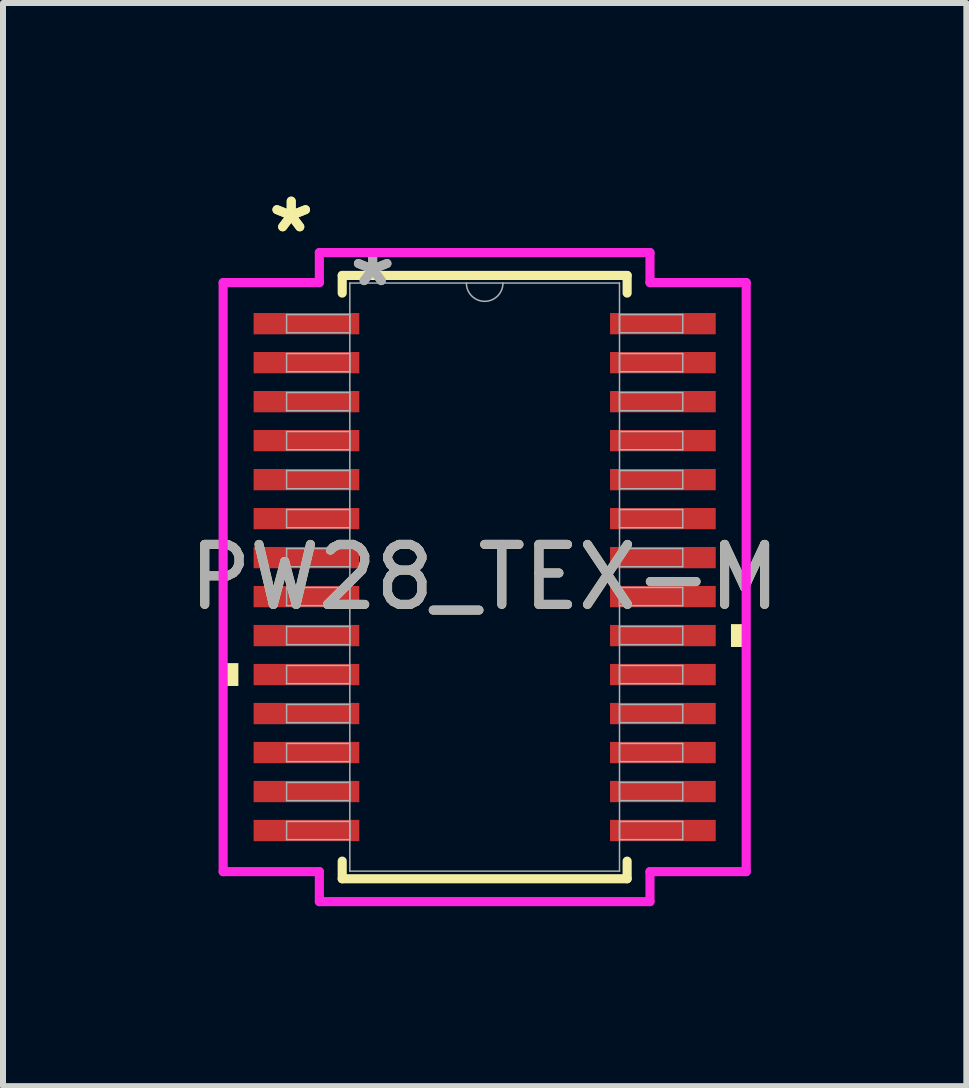
<source format=kicad_pcb>
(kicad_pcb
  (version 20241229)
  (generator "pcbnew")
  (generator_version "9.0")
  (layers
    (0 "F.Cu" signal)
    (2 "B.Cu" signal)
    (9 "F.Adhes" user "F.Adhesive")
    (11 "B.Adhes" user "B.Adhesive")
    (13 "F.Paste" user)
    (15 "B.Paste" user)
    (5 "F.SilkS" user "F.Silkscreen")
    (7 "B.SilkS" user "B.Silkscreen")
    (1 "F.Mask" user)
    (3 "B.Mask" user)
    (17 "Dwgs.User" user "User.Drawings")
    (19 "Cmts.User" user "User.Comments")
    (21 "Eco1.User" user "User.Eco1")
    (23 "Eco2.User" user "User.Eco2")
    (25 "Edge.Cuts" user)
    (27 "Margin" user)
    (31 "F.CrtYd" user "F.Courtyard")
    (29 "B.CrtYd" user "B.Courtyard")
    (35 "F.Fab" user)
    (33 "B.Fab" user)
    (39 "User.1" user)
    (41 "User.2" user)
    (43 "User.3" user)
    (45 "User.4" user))
  (footprint "PW28_TEX-M"
    (layer "F.Cu")
    (at 5.03 6.571)
    (property "Reference" "PW28_TEX-M" (at 0 0 0) (unlocked yes) (layer "F.SilkS") (effects (font (size 1 1) (thickness 0.15))))
    (attr smd)
    (fp_line (start -2.375 -5.029) (end -2.375 -4.735) (stroke (width 0.152) (type solid)) (layer "F.SilkS"))
    (fp_line (start -2.375 4.735) (end -2.375 5.029) (stroke (width 0.152) (type solid)) (layer "F.SilkS"))
    (fp_line (start -2.375 5.029) (end 2.375 5.029) (stroke (width 0.152) (type solid)) (layer "F.SilkS"))
    (fp_line (start 2.375 -5.029) (end -2.375 -5.029) (stroke (width 0.152) (type solid)) (layer "F.SilkS"))
    (fp_line (start 2.375 -4.735) (end 2.375 -5.029) (stroke (width 0.152) (type solid)) (layer "F.SilkS"))
    (fp_line (start 2.375 5.029) (end 2.375 4.735) (stroke (width 0.152) (type solid)) (layer "F.SilkS"))
    (fp_poly (pts (xy -4.36 1.434) (xy -4.36 1.815) (xy -4.106 1.815) (xy -4.106 1.434)) (stroke (width 0) (type solid)) (fill yes) (layer "F.SilkS"))
    (fp_poly (pts (xy 4.36 0.784) (xy 4.36 1.165) (xy 4.106 1.165) (xy 4.106 0.784)) (stroke (width 0) (type solid)) (fill yes) (layer "F.SilkS"))
    (fp_line (start -4.36 -4.91) (end -2.756 -4.91) (stroke (width 0.152) (type solid)) (layer "F.CrtYd"))
    (fp_line (start -4.36 4.91) (end -4.36 -4.91) (stroke (width 0.152) (type solid)) (layer "F.CrtYd"))
    (fp_line (start -4.36 4.91) (end -2.756 4.91) (stroke (width 0.152) (type solid)) (layer "F.CrtYd"))
    (fp_line (start -2.756 -5.41) (end 2.756 -5.41) (stroke (width 0.152) (type solid)) (layer "F.CrtYd"))
    (fp_line (start -2.756 -4.91) (end -2.756 -5.41) (stroke (width 0.152) (type solid)) (layer "F.CrtYd"))
    (fp_line (start -2.756 5.41) (end -2.756 4.91) (stroke (width 0.152) (type solid)) (layer "F.CrtYd"))
    (fp_line (start 2.756 -5.41) (end 2.756 -4.91) (stroke (width 0.152) (type solid)) (layer "F.CrtYd"))
    (fp_line (start 2.756 4.91) (end 2.756 5.41) (stroke (width 0.152) (type solid)) (layer "F.CrtYd"))
    (fp_line (start 2.756 5.41) (end -2.756 5.41) (stroke (width 0.152) (type solid)) (layer "F.CrtYd"))
    (fp_line (start 4.36 -4.91) (end 2.756 -4.91) (stroke (width 0.152) (type solid)) (layer "F.CrtYd"))
    (fp_line (start 4.36 -4.91) (end 4.36 4.91) (stroke (width 0.152) (type solid)) (layer "F.CrtYd"))
    (fp_line (start 4.36 4.91) (end 2.756 4.91) (stroke (width 0.152) (type solid)) (layer "F.CrtYd"))
    (fp_line (start -3.302 -4.377) (end -3.302 -4.073) (stroke (width 0.025) (type solid)) (layer "F.Fab"))
    (fp_line (start -3.302 -4.073) (end -2.248 -4.073) (stroke (width 0.025) (type solid)) (layer "F.Fab"))
    (fp_line (start -3.302 -3.727) (end -3.302 -3.423) (stroke (width 0.025) (type solid)) (layer "F.Fab"))
    (fp_line (start -3.302 -3.423) (end -2.248 -3.423) (stroke (width 0.025) (type solid)) (layer "F.Fab"))
    (fp_line (start -3.302 -3.077) (end -3.302 -2.773) (stroke (width 0.025) (type solid)) (layer "F.Fab"))
    (fp_line (start -3.302 -2.773) (end -2.248 -2.773) (stroke (width 0.025) (type solid)) (layer "F.Fab"))
    (fp_line (start -3.302 -2.427) (end -3.302 -2.123) (stroke (width 0.025) (type solid)) (layer "F.Fab"))
    (fp_line (start -3.302 -2.123) (end -2.248 -2.123) (stroke (width 0.025) (type solid)) (layer "F.Fab"))
    (fp_line (start -3.302 -1.777) (end -3.302 -1.473) (stroke (width 0.025) (type solid)) (layer "F.Fab"))
    (fp_line (start -3.302 -1.473) (end -2.248 -1.473) (stroke (width 0.025) (type solid)) (layer "F.Fab"))
    (fp_line (start -3.302 -1.127) (end -3.302 -0.823) (stroke (width 0.025) (type solid)) (layer "F.Fab"))
    (fp_line (start -3.302 -0.823) (end -2.248 -0.823) (stroke (width 0.025) (type solid)) (layer "F.Fab"))
    (fp_line (start -3.302 -0.477) (end -3.302 -0.173) (stroke (width 0.025) (type solid)) (layer "F.Fab"))
    (fp_line (start -3.302 -0.173) (end -2.248 -0.173) (stroke (width 0.025) (type solid)) (layer "F.Fab"))
    (fp_line (start -3.302 0.173) (end -3.302 0.477) (stroke (width 0.025) (type solid)) (layer "F.Fab"))
    (fp_line (start -3.302 0.477) (end -2.248 0.477) (stroke (width 0.025) (type solid)) (layer "F.Fab"))
    (fp_line (start -3.302 0.823) (end -3.302 1.127) (stroke (width 0.025) (type solid)) (layer "F.Fab"))
    (fp_line (start -3.302 1.127) (end -2.248 1.127) (stroke (width 0.025) (type solid)) (layer "F.Fab"))
    (fp_line (start -3.302 1.473) (end -3.302 1.777) (stroke (width 0.025) (type solid)) (layer "F.Fab"))
    (fp_line (start -3.302 1.777) (end -2.248 1.777) (stroke (width 0.025) (type solid)) (layer "F.Fab"))
    (fp_line (start -3.302 2.123) (end -3.302 2.427) (stroke (width 0.025) (type solid)) (layer "F.Fab"))
    (fp_line (start -3.302 2.427) (end -2.248 2.427) (stroke (width 0.025) (type solid)) (layer "F.Fab"))
    (fp_line (start -3.302 2.773) (end -3.302 3.077) (stroke (width 0.025) (type solid)) (layer "F.Fab"))
    (fp_line (start -3.302 3.077) (end -2.248 3.077) (stroke (width 0.025) (type solid)) (layer "F.Fab"))
    (fp_line (start -3.302 3.423) (end -3.302 3.727) (stroke (width 0.025) (type solid)) (layer "F.Fab"))
    (fp_line (start -3.302 3.727) (end -2.248 3.727) (stroke (width 0.025) (type solid)) (layer "F.Fab"))
    (fp_line (start -3.302 4.073) (end -3.302 4.377) (stroke (width 0.025) (type solid)) (layer "F.Fab"))
    (fp_line (start -3.302 4.377) (end -2.248 4.377) (stroke (width 0.025) (type solid)) (layer "F.Fab"))
    (fp_line (start -2.248 -4.902) (end -2.248 4.902) (stroke (width 0.025) (type solid)) (layer "F.Fab"))
    (fp_line (start -2.248 -4.377) (end -3.302 -4.377) (stroke (width 0.025) (type solid)) (layer "F.Fab"))
    (fp_line (start -2.248 -4.073) (end -2.248 -4.377) (stroke (width 0.025) (type solid)) (layer "F.Fab"))
    (fp_line (start -2.248 -3.727) (end -3.302 -3.727) (stroke (width 0.025) (type solid)) (layer "F.Fab"))
    (fp_line (start -2.248 -3.423) (end -2.248 -3.727) (stroke (width 0.025) (type solid)) (layer "F.Fab"))
    (fp_line (start -2.248 -3.077) (end -3.302 -3.077) (stroke (width 0.025) (type solid)) (layer "F.Fab"))
    (fp_line (start -2.248 -2.773) (end -2.248 -3.077) (stroke (width 0.025) (type solid)) (layer "F.Fab"))
    (fp_line (start -2.248 -2.427) (end -3.302 -2.427) (stroke (width 0.025) (type solid)) (layer "F.Fab"))
    (fp_line (start -2.248 -2.123) (end -2.248 -2.427) (stroke (width 0.025) (type solid)) (layer "F.Fab"))
    (fp_line (start -2.248 -1.777) (end -3.302 -1.777) (stroke (width 0.025) (type solid)) (layer "F.Fab"))
    (fp_line (start -2.248 -1.473) (end -2.248 -1.777) (stroke (width 0.025) (type solid)) (layer "F.Fab"))
    (fp_line (start -2.248 -1.127) (end -3.302 -1.127) (stroke (width 0.025) (type solid)) (layer "F.Fab"))
    (fp_line (start -2.248 -0.823) (end -2.248 -1.127) (stroke (width 0.025) (type solid)) (layer "F.Fab"))
    (fp_line (start -2.248 -0.477) (end -3.302 -0.477) (stroke (width 0.025) (type solid)) (layer "F.Fab"))
    (fp_line (start -2.248 -0.173) (end -2.248 -0.477) (stroke (width 0.025) (type solid)) (layer "F.Fab"))
    (fp_line (start -2.248 0.173) (end -3.302 0.173) (stroke (width 0.025) (type solid)) (layer "F.Fab"))
    (fp_line (start -2.248 0.477) (end -2.248 0.173) (stroke (width 0.025) (type solid)) (layer "F.Fab"))
    (fp_line (start -2.248 0.823) (end -3.302 0.823) (stroke (width 0.025) (type solid)) (layer "F.Fab"))
    (fp_line (start -2.248 1.127) (end -2.248 0.823) (stroke (width 0.025) (type solid)) (layer "F.Fab"))
    (fp_line (start -2.248 1.473) (end -3.302 1.473) (stroke (width 0.025) (type solid)) (layer "F.Fab"))
    (fp_line (start -2.248 1.777) (end -2.248 1.473) (stroke (width 0.025) (type solid)) (layer "F.Fab"))
    (fp_line (start -2.248 2.123) (end -3.302 2.123) (stroke (width 0.025) (type solid)) (layer "F.Fab"))
    (fp_line (start -2.248 2.427) (end -2.248 2.123) (stroke (width 0.025) (type solid)) (layer "F.Fab"))
    (fp_line (start -2.248 2.773) (end -3.302 2.773) (stroke (width 0.025) (type solid)) (layer "F.Fab"))
    (fp_line (start -2.248 3.077) (end -2.248 2.773) (stroke (width 0.025) (type solid)) (layer "F.Fab"))
    (fp_line (start -2.248 3.423) (end -3.302 3.423) (stroke (width 0.025) (type solid)) (layer "F.Fab"))
    (fp_line (start -2.248 3.727) (end -2.248 3.423) (stroke (width 0.025) (type solid)) (layer "F.Fab"))
    (fp_line (start -2.248 4.073) (end -3.302 4.073) (stroke (width 0.025) (type solid)) (layer "F.Fab"))
    (fp_line (start -2.248 4.377) (end -2.248 4.073) (stroke (width 0.025) (type solid)) (layer "F.Fab"))
    (fp_line (start -2.248 4.902) (end 2.248 4.902) (stroke (width 0.025) (type solid)) (layer "F.Fab"))
    (fp_line (start 2.248 -4.902) (end -2.248 -4.902) (stroke (width 0.025) (type solid)) (layer "F.Fab"))
    (fp_line (start 2.248 -4.377) (end 2.248 -4.073) (stroke (width 0.025) (type solid)) (layer "F.Fab"))
    (fp_line (start 2.248 -4.073) (end 3.302 -4.073) (stroke (width 0.025) (type solid)) (layer "F.Fab"))
    (fp_line (start 2.248 -3.727) (end 2.248 -3.423) (stroke (width 0.025) (type solid)) (layer "F.Fab"))
    (fp_line (start 2.248 -3.423) (end 3.302 -3.423) (stroke (width 0.025) (type solid)) (layer "F.Fab"))
    (fp_line (start 2.248 -3.077) (end 2.248 -2.773) (stroke (width 0.025) (type solid)) (layer "F.Fab"))
    (fp_line (start 2.248 -2.773) (end 3.302 -2.773) (stroke (width 0.025) (type solid)) (layer "F.Fab"))
    (fp_line (start 2.248 -2.427) (end 2.248 -2.123) (stroke (width 0.025) (type solid)) (layer "F.Fab"))
    (fp_line (start 2.248 -2.123) (end 3.302 -2.123) (stroke (width 0.025) (type solid)) (layer "F.Fab"))
    (fp_line (start 2.248 -1.777) (end 2.248 -1.473) (stroke (width 0.025) (type solid)) (layer "F.Fab"))
    (fp_line (start 2.248 -1.473) (end 3.302 -1.473) (stroke (width 0.025) (type solid)) (layer "F.Fab"))
    (fp_line (start 2.248 -1.127) (end 2.248 -0.823) (stroke (width 0.025) (type solid)) (layer "F.Fab"))
    (fp_line (start 2.248 -0.823) (end 3.302 -0.823) (stroke (width 0.025) (type solid)) (layer "F.Fab"))
    (fp_line (start 2.248 -0.477) (end 2.248 -0.173) (stroke (width 0.025) (type solid)) (layer "F.Fab"))
    (fp_line (start 2.248 -0.173) (end 3.302 -0.173) (stroke (width 0.025) (type solid)) (layer "F.Fab"))
    (fp_line (start 2.248 0.173) (end 2.248 0.477) (stroke (width 0.025) (type solid)) (layer "F.Fab"))
    (fp_line (start 2.248 0.477) (end 3.302 0.477) (stroke (width 0.025) (type solid)) (layer "F.Fab"))
    (fp_line (start 2.248 0.823) (end 2.248 1.127) (stroke (width 0.025) (type solid)) (layer "F.Fab"))
    (fp_line (start 2.248 1.127) (end 3.302 1.127) (stroke (width 0.025) (type solid)) (layer "F.Fab"))
    (fp_line (start 2.248 1.473) (end 2.248 1.777) (stroke (width 0.025) (type solid)) (layer "F.Fab"))
    (fp_line (start 2.248 1.777) (end 3.302 1.777) (stroke (width 0.025) (type solid)) (layer "F.Fab"))
    (fp_line (start 2.248 2.123) (end 2.248 2.427) (stroke (width 0.025) (type solid)) (layer "F.Fab"))
    (fp_line (start 2.248 2.427) (end 3.302 2.427) (stroke (width 0.025) (type solid)) (layer "F.Fab"))
    (fp_line (start 2.248 2.773) (end 2.248 3.077) (stroke (width 0.025) (type solid)) (layer "F.Fab"))
    (fp_line (start 2.248 3.077) (end 3.302 3.077) (stroke (width 0.025) (type solid)) (layer "F.Fab"))
    (fp_line (start 2.248 3.423) (end 2.248 3.727) (stroke (width 0.025) (type solid)) (layer "F.Fab"))
    (fp_line (start 2.248 3.727) (end 3.302 3.727) (stroke (width 0.025) (type solid)) (layer "F.Fab"))
    (fp_line (start 2.248 4.073) (end 2.248 4.377) (stroke (width 0.025) (type solid)) (layer "F.Fab"))
    (fp_line (start 2.248 4.377) (end 3.302 4.377) (stroke (width 0.025) (type solid)) (layer "F.Fab"))
    (fp_line (start 2.248 4.902) (end 2.248 -4.902) (stroke (width 0.025) (type solid)) (layer "F.Fab"))
    (fp_line (start 3.302 -4.377) (end 2.248 -4.377) (stroke (width 0.025) (type solid)) (layer "F.Fab"))
    (fp_line (start 3.302 -4.073) (end 3.302 -4.377) (stroke (width 0.025) (type solid)) (layer "F.Fab"))
    (fp_line (start 3.302 -3.727) (end 2.248 -3.727) (stroke (width 0.025) (type solid)) (layer "F.Fab"))
    (fp_line (start 3.302 -3.423) (end 3.302 -3.727) (stroke (width 0.025) (type solid)) (layer "F.Fab"))
    (fp_line (start 3.302 -3.077) (end 2.248 -3.077) (stroke (width 0.025) (type solid)) (layer "F.Fab"))
    (fp_line (start 3.302 -2.773) (end 3.302 -3.077) (stroke (width 0.025) (type solid)) (layer "F.Fab"))
    (fp_line (start 3.302 -2.427) (end 2.248 -2.427) (stroke (width 0.025) (type solid)) (layer "F.Fab"))
    (fp_line (start 3.302 -2.123) (end 3.302 -2.427) (stroke (width 0.025) (type solid)) (layer "F.Fab"))
    (fp_line (start 3.302 -1.777) (end 2.248 -1.777) (stroke (width 0.025) (type solid)) (layer "F.Fab"))
    (fp_line (start 3.302 -1.473) (end 3.302 -1.777) (stroke (width 0.025) (type solid)) (layer "F.Fab"))
    (fp_line (start 3.302 -1.127) (end 2.248 -1.127) (stroke (width 0.025) (type solid)) (layer "F.Fab"))
    (fp_line (start 3.302 -0.823) (end 3.302 -1.127) (stroke (width 0.025) (type solid)) (layer "F.Fab"))
    (fp_line (start 3.302 -0.477) (end 2.248 -0.477) (stroke (width 0.025) (type solid)) (layer "F.Fab"))
    (fp_line (start 3.302 -0.173) (end 3.302 -0.477) (stroke (width 0.025) (type solid)) (layer "F.Fab"))
    (fp_line (start 3.302 0.173) (end 2.248 0.173) (stroke (width 0.025) (type solid)) (layer "F.Fab"))
    (fp_line (start 3.302 0.477) (end 3.302 0.173) (stroke (width 0.025) (type solid)) (layer "F.Fab"))
    (fp_line (start 3.302 0.823) (end 2.248 0.823) (stroke (width 0.025) (type solid)) (layer "F.Fab"))
    (fp_line (start 3.302 1.127) (end 3.302 0.823) (stroke (width 0.025) (type solid)) (layer "F.Fab"))
    (fp_line (start 3.302 1.473) (end 2.248 1.473) (stroke (width 0.025) (type solid)) (layer "F.Fab"))
    (fp_line (start 3.302 1.777) (end 3.302 1.473) (stroke (width 0.025) (type solid)) (layer "F.Fab"))
    (fp_line (start 3.302 2.123) (end 2.248 2.123) (stroke (width 0.025) (type solid)) (layer "F.Fab"))
    (fp_line (start 3.302 2.427) (end 3.302 2.123) (stroke (width 0.025) (type solid)) (layer "F.Fab"))
    (fp_line (start 3.302 2.773) (end 2.248 2.773) (stroke (width 0.025) (type solid)) (layer "F.Fab"))
    (fp_line (start 3.302 3.077) (end 3.302 2.773) (stroke (width 0.025) (type solid)) (layer "F.Fab"))
    (fp_line (start 3.302 3.423) (end 2.248 3.423) (stroke (width 0.025) (type solid)) (layer "F.Fab"))
    (fp_line (start 3.302 3.727) (end 3.302 3.423) (stroke (width 0.025) (type solid)) (layer "F.Fab"))
    (fp_line (start 3.302 4.073) (end 2.248 4.073) (stroke (width 0.025) (type solid)) (layer "F.Fab"))
    (fp_line (start 3.302 4.377) (end 3.302 4.073) (stroke (width 0.025) (type solid)) (layer "F.Fab"))
    (fp_arc (start 0.3048 -4.9022) (mid 0 -4.5974) (end -0.3048 -4.9022) (stroke (width 0.0254) (type solid)) (layer "F.Fab"))
    (fp_text user "*" (at -3.225 -5.723 0) (layer "F.SilkS") (effects (font (size 1 1) (thickness 0.15))))
    (fp_text user "*" (at -3.225 -5.723 0) (unlocked yes) (layer "F.SilkS") (effects (font (size 1 1) (thickness 0.15))))
    (fp_text user "*" (at -1.867 -4.826 0) (layer "F.Fab") (effects (font (size 1 1) (thickness 0.15))))
    (fp_text user "*" (at -1.867 -4.826 0) (unlocked yes) (layer "F.Fab") (effects (font (size 1 1) (thickness 0.15))))
    (fp_text user "${REFERENCE}" (at 0 0 0) (unlocked yes) (layer "F.Fab") (effects (font (size 1 1) (thickness 0.15))))
    (pad "1" smd rect (at -2.971 -4.225) (size 1.762 0.355) (layers "F.Cu" "F.Mask" "F.Paste"))
    (pad "2" smd rect (at -2.971 -3.575) (size 1.762 0.355) (layers "F.Cu" "F.Mask" "F.Paste"))
    (pad "3" smd rect (at -2.971 -2.925) (size 1.762 0.355) (layers "F.Cu" "F.Mask" "F.Paste"))
    (pad "4" smd rect (at -2.971 -2.275) (size 1.762 0.355) (layers "F.Cu" "F.Mask" "F.Paste"))
    (pad "5" smd rect (at -2.971 -1.625) (size 1.762 0.355) (layers "F.Cu" "F.Mask" "F.Paste"))
    (pad "6" smd rect (at -2.971 -0.975) (size 1.762 0.355) (layers "F.Cu" "F.Mask" "F.Paste"))
    (pad "7" smd rect (at -2.971 -0.325) (size 1.762 0.355) (layers "F.Cu" "F.Mask" "F.Paste"))
    (pad "8" smd rect (at -2.971 0.325) (size 1.762 0.355) (layers "F.Cu" "F.Mask" "F.Paste"))
    (pad "9" smd rect (at -2.971 0.975) (size 1.762 0.355) (layers "F.Cu" "F.Mask" "F.Paste"))
    (pad "10" smd rect (at -2.971 1.625) (size 1.762 0.355) (layers "F.Cu" "F.Mask" "F.Paste"))
    (pad "11" smd rect (at -2.971 2.275) (size 1.762 0.355) (layers "F.Cu" "F.Mask" "F.Paste"))
    (pad "12" smd rect (at -2.971 2.925) (size 1.762 0.355) (layers "F.Cu" "F.Mask" "F.Paste"))
    (pad "13" smd rect (at -2.971 3.575) (size 1.762 0.355) (layers "F.Cu" "F.Mask" "F.Paste"))
    (pad "14" smd rect (at -2.971 4.225) (size 1.762 0.355) (layers "F.Cu" "F.Mask" "F.Paste"))
    (pad "15" smd rect (at 2.971 4.225) (size 1.762 0.355) (layers "F.Cu" "F.Mask" "F.Paste"))
    (pad "16" smd rect (at 2.971 3.575) (size 1.762 0.355) (layers "F.Cu" "F.Mask" "F.Paste"))
    (pad "17" smd rect (at 2.971 2.925) (size 1.762 0.355) (layers "F.Cu" "F.Mask" "F.Paste"))
    (pad "18" smd rect (at 2.971 2.275) (size 1.762 0.355) (layers "F.Cu" "F.Mask" "F.Paste"))
    (pad "19" smd rect (at 2.971 1.625) (size 1.762 0.355) (layers "F.Cu" "F.Mask" "F.Paste"))
    (pad "20" smd rect (at 2.971 0.975) (size 1.762 0.355) (layers "F.Cu" "F.Mask" "F.Paste"))
    (pad "21" smd rect (at 2.971 0.325) (size 1.762 0.355) (layers "F.Cu" "F.Mask" "F.Paste"))
    (pad "22" smd rect (at 2.971 -0.325) (size 1.762 0.355) (layers "F.Cu" "F.Mask" "F.Paste"))
    (pad "23" smd rect (at 2.971 -0.975) (size 1.762 0.355) (layers "F.Cu" "F.Mask" "F.Paste"))
    (pad "24" smd rect (at 2.971 -1.625) (size 1.762 0.355) (layers "F.Cu" "F.Mask" "F.Paste"))
    (pad "25" smd rect (at 2.971 -2.275) (size 1.762 0.355) (layers "F.Cu" "F.Mask" "F.Paste"))
    (pad "26" smd rect (at 2.971 -2.925) (size 1.762 0.355) (layers "F.Cu" "F.Mask" "F.Paste"))
    (pad "27" smd rect (at 2.971 -3.575) (size 1.762 0.355) (layers "F.Cu" "F.Mask" "F.Paste"))
    (pad "28" smd rect (at 2.971 -4.225) (size 1.762 0.355) (layers "F.Cu" "F.Mask" "F.Paste")))
  (gr_rect
    (start -3 -3)
    (end 13.06 15.057)
    (stroke (width 0.1) (type default))
    (fill no)
    (layer "Edge.Cuts")))
</source>
